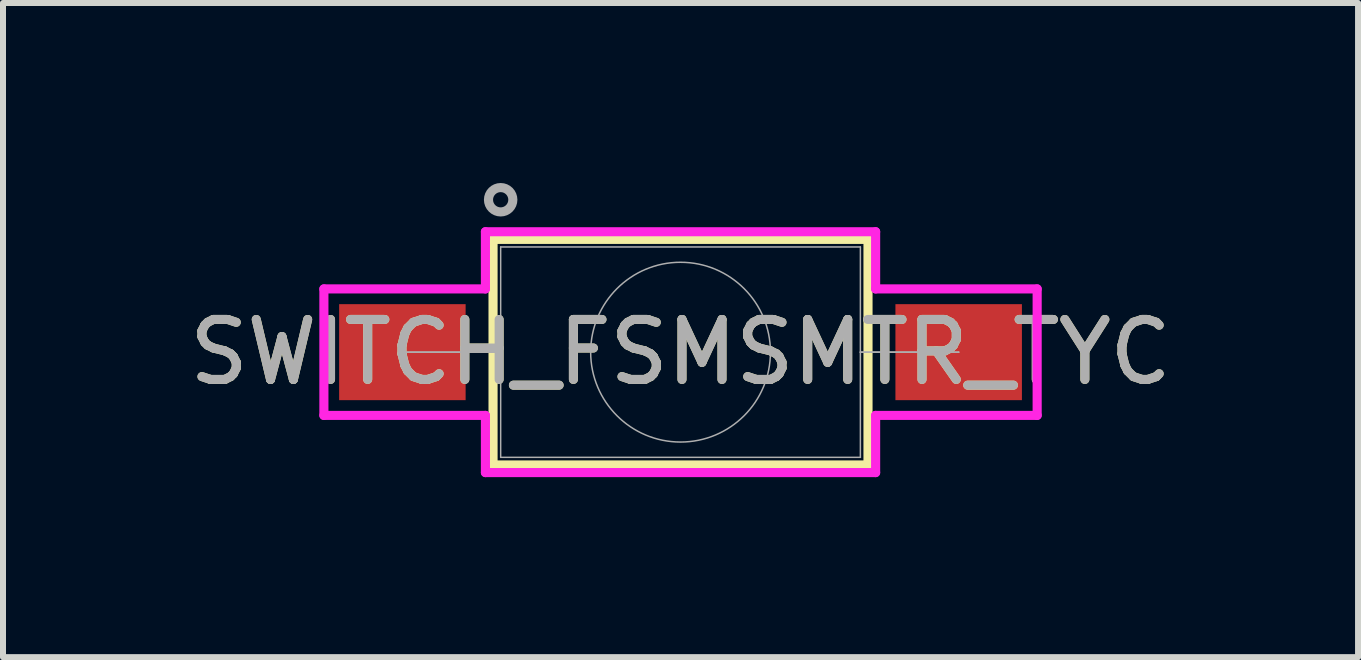
<source format=kicad_pcb>
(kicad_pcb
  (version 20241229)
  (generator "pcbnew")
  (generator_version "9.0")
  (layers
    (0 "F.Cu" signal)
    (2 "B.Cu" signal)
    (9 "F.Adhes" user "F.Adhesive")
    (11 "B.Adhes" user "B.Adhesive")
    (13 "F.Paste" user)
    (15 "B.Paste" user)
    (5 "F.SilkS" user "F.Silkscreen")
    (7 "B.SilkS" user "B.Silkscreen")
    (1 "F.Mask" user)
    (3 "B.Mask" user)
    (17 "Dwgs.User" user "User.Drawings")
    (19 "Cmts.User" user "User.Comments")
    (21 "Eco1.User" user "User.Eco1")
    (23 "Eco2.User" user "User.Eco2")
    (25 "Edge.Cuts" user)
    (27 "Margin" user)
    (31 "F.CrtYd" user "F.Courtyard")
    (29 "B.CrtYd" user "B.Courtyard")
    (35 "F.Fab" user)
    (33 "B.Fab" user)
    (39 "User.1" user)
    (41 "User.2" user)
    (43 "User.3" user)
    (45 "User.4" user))
  (footprint "SWITCH_FSMSMTR_TYC"
    (layer "F.Cu")
    (at 3.656 2.819)
    (property "Reference" "SWITCH_FSMSMTR_TYC" (at 4.636 0 0) (unlocked yes) (layer "F.SilkS") (effects (font (size 1 1) (thickness 0.15))))
    (attr smd)
    (fp_line (start 1.511 -1.88) (end 1.511 1.88) (stroke (width 0.152) (type solid)) (layer "F.SilkS"))
    (fp_line (start 1.511 1.88) (end 7.76 1.88) (stroke (width 0.152) (type solid)) (layer "F.SilkS"))
    (fp_line (start 7.76 -1.88) (end 1.511 -1.88) (stroke (width 0.152) (type solid)) (layer "F.SilkS"))
    (fp_line (start 7.76 1.88) (end 7.76 -1.88) (stroke (width 0.152) (type solid)) (layer "F.SilkS"))
    (fp_line (start -1.308 -1.054) (end 1.384 -1.054) (stroke (width 0.152) (type solid)) (layer "F.CrtYd"))
    (fp_line (start -1.308 1.054) (end -1.308 -1.054) (stroke (width 0.152) (type solid)) (layer "F.CrtYd"))
    (fp_line (start -1.308 1.054) (end 1.384 1.054) (stroke (width 0.152) (type solid)) (layer "F.CrtYd"))
    (fp_line (start 1.384 -2.007) (end 7.887 -2.007) (stroke (width 0.152) (type solid)) (layer "F.CrtYd"))
    (fp_line (start 1.384 -1.054) (end 1.384 -2.007) (stroke (width 0.152) (type solid)) (layer "F.CrtYd"))
    (fp_line (start 1.384 2.007) (end 1.384 1.054) (stroke (width 0.152) (type solid)) (layer "F.CrtYd"))
    (fp_line (start 7.887 -2.007) (end 7.887 -1.054) (stroke (width 0.152) (type solid)) (layer "F.CrtYd"))
    (fp_line (start 7.887 1.054) (end 7.887 2.007) (stroke (width 0.152) (type solid)) (layer "F.CrtYd"))
    (fp_line (start 7.887 2.007) (end 1.384 2.007) (stroke (width 0.152) (type solid)) (layer "F.CrtYd"))
    (fp_line (start 10.579 -1.054) (end 7.887 -1.054) (stroke (width 0.152) (type solid)) (layer "F.CrtYd"))
    (fp_line (start 10.579 -1.054) (end 10.579 1.054) (stroke (width 0.152) (type solid)) (layer "F.CrtYd"))
    (fp_line (start 10.579 1.054) (end 7.887 1.054) (stroke (width 0.152) (type solid)) (layer "F.CrtYd"))
    (fp_line (start 0 0) (end 0 0) (stroke (width 0.025) (type solid)) (layer "F.Fab"))
    (fp_line (start 0 0) (end 1.638 0) (stroke (width 0.025) (type solid)) (layer "F.Fab"))
    (fp_line (start 1.638 -1.753) (end 1.638 1.753) (stroke (width 0.025) (type solid)) (layer "F.Fab"))
    (fp_line (start 1.638 0) (end 0 0) (stroke (width 0.025) (type solid)) (layer "F.Fab"))
    (fp_line (start 1.638 0) (end 1.638 0) (stroke (width 0.025) (type solid)) (layer "F.Fab"))
    (fp_line (start 1.638 1.753) (end 7.633 1.753) (stroke (width 0.025) (type solid)) (layer "F.Fab"))
    (fp_line (start 7.633 -1.753) (end 1.638 -1.753) (stroke (width 0.025) (type solid)) (layer "F.Fab"))
    (fp_line (start 7.633 0) (end 7.633 0) (stroke (width 0.025) (type solid)) (layer "F.Fab"))
    (fp_line (start 7.633 0) (end 9.271 0) (stroke (width 0.025) (type solid)) (layer "F.Fab"))
    (fp_line (start 7.633 1.753) (end 7.633 -1.753) (stroke (width 0.025) (type solid)) (layer "F.Fab"))
    (fp_line (start 9.271 0) (end 7.633 0) (stroke (width 0.025) (type solid)) (layer "F.Fab"))
    (fp_line (start 9.271 0) (end 9.271 0) (stroke (width 0.025) (type solid)) (layer "F.Fab"))
    (fp_circle (center 1.638 -2.54) (end 1.841 -2.54) (stroke (width 0.152) (type solid)) (fill no) (layer "F.Fab"))
    (fp_circle (center 4.636 0) (end 6.134 0) (stroke (width 0.025) (type solid)) (fill no) (layer "F.Fab"))
    (fp_text user "${REFERENCE}" (at 4.636 0 0) (unlocked yes) (layer "F.Fab") (effects (font (size 1 1) (thickness 0.15))))
    (pad "1" smd rect (at 0 0) (size 2.108 1.6) (layers "F.Cu" "F.Mask" "F.Paste"))
    (pad "2" smd rect (at 9.271 0) (size 2.108 1.6) (layers "F.Cu" "F.Mask" "F.Paste")))
  (gr_rect
    (start -3 -3)
    (end 19.583 7.902)
    (stroke (width 0.1) (type default))
    (fill no)
    (layer "Edge.Cuts")))
</source>
